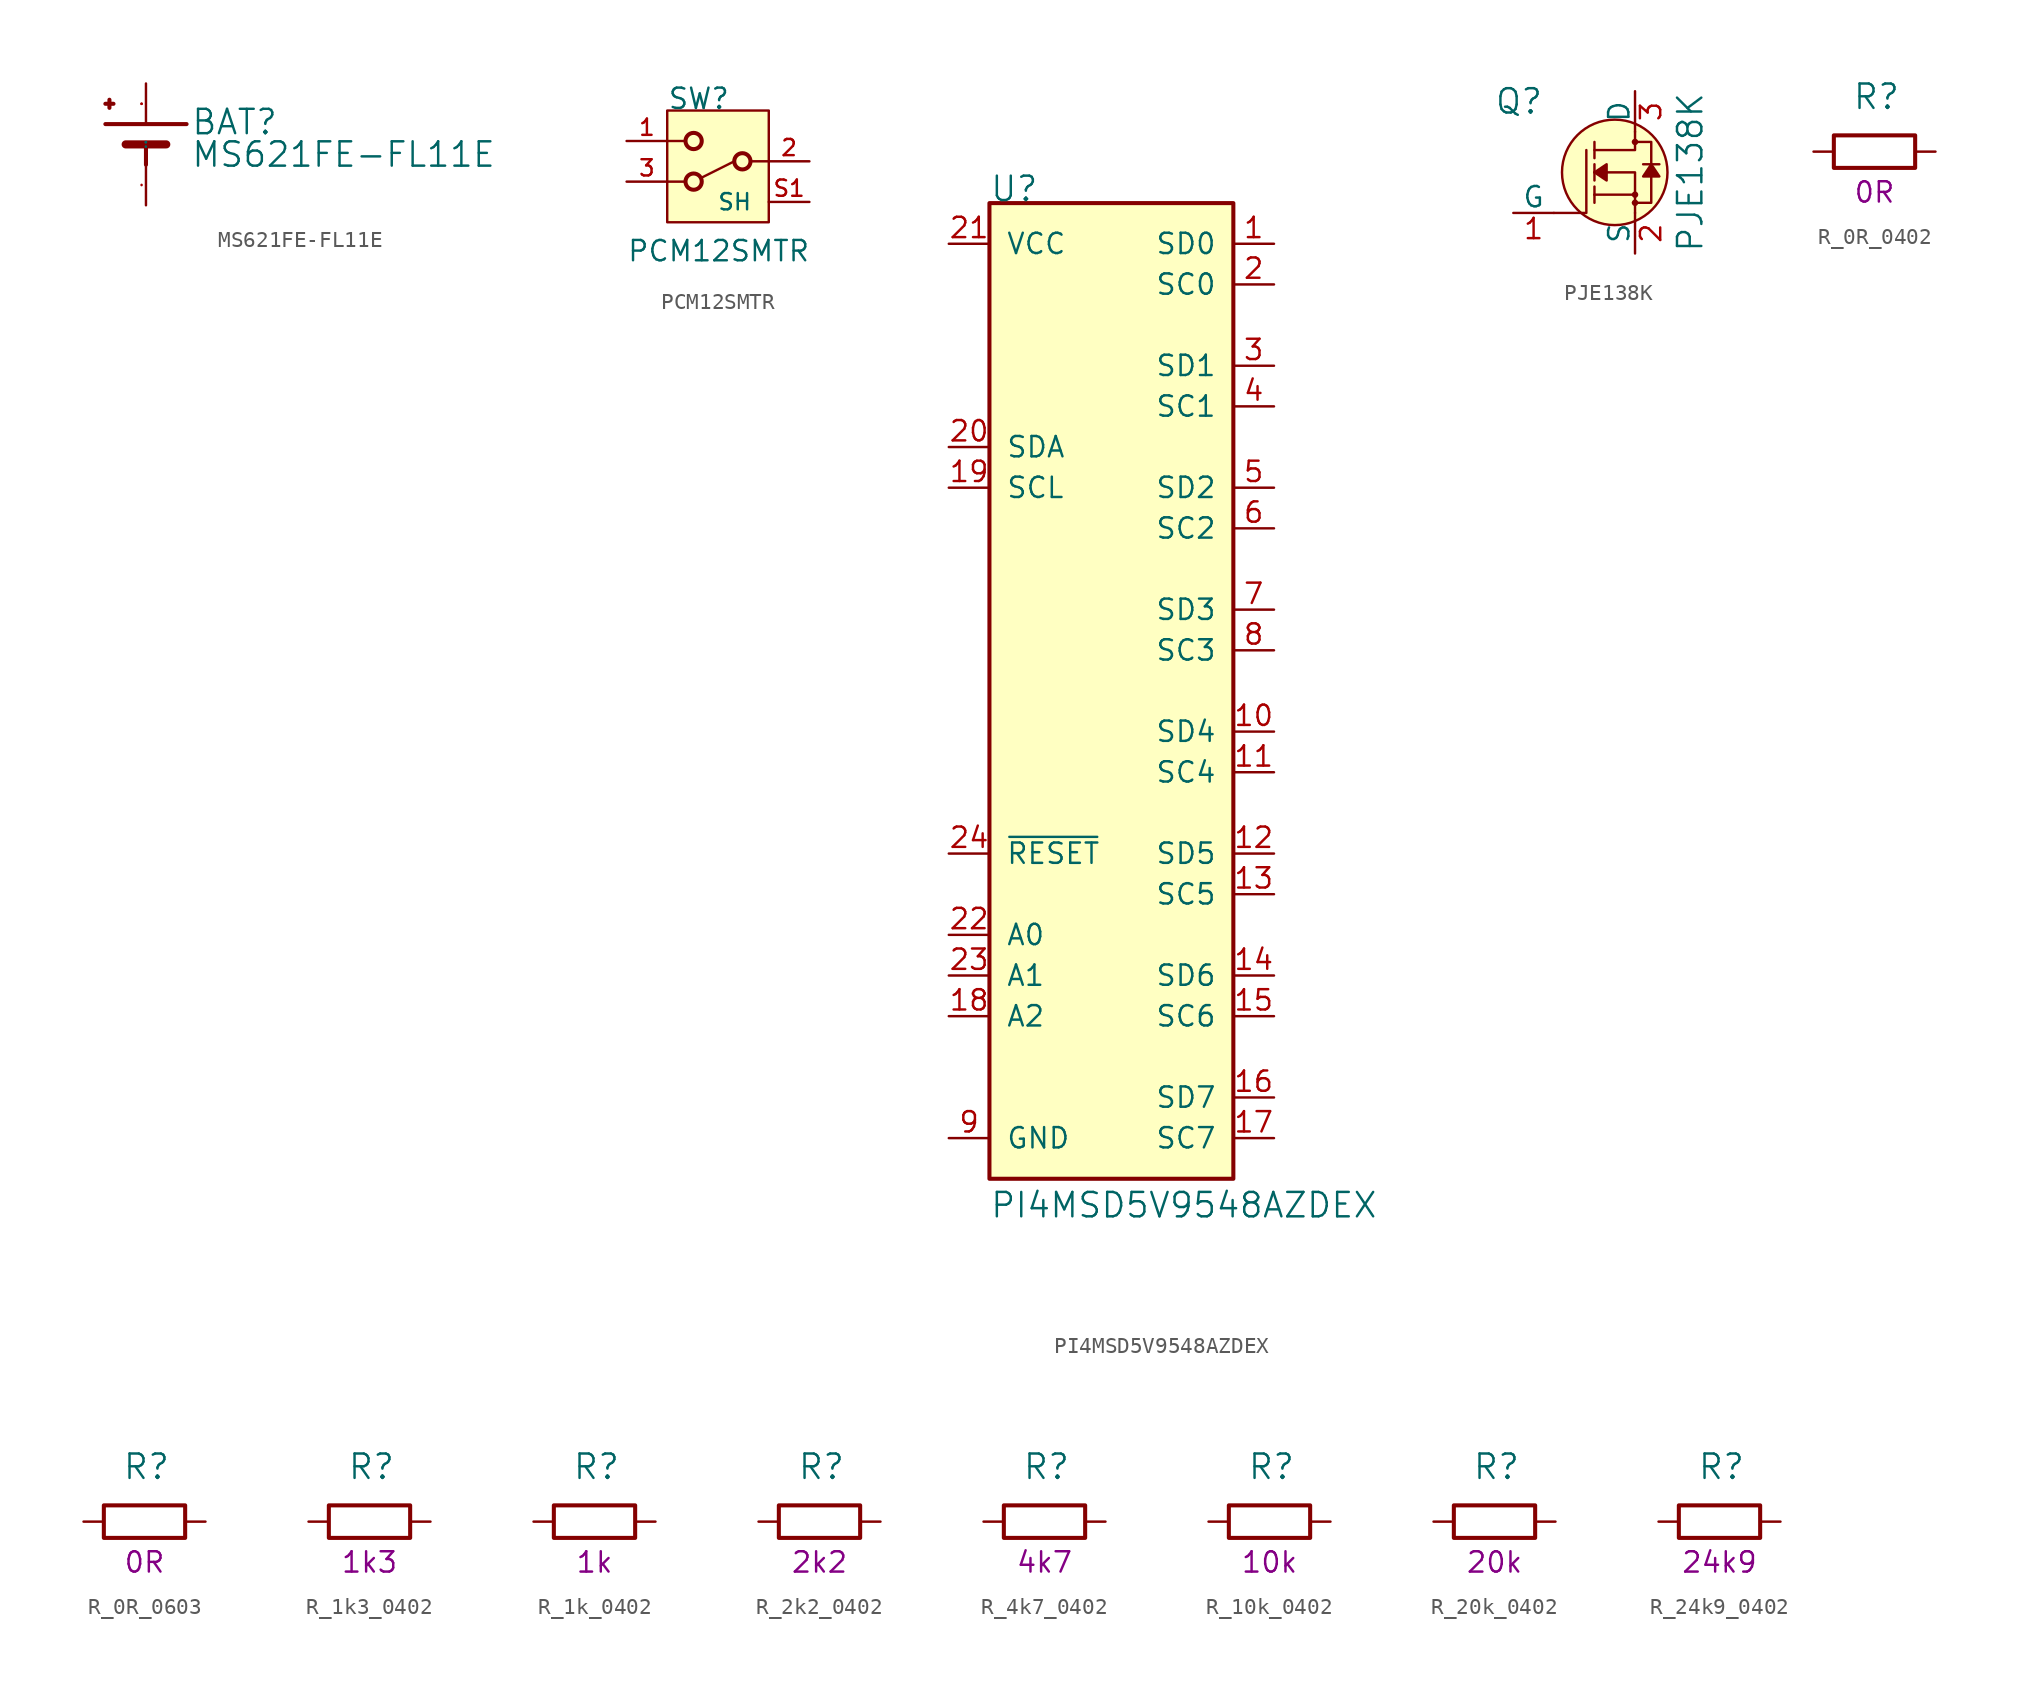
<source format=kicad_sym>
(kicad_symbol_lib
  (version 20220914)
  (generator kicad_symbol_editor)
  (symbol "MS621FE-FL11E"
    (pin_names
      (offset 1.016))
    (property "Reference" "BAT"
      (at 2.794 -0.762 0)
      (effects (font (size 1.524 1.524)) (justify left bottom)))
    (property "Value" "MS621FE-FL11E"
      (at 2.794 -2.794 0)
      (effects (font (size 1.524 1.524)) (justify left bottom)))
    (symbol "MS621FE-FL11E_0_1"
      (polyline (pts (xy -2.54 0) (xy 2.54 0)) (stroke (width 0.254) (type default)) (fill (type none)))
      (polyline (pts (xy -2.54 1.27) (xy -2.032 1.27)) (stroke (width 0.254) (type default)) (fill (type none)))
      (polyline (pts (xy -2.286 1.524) (xy -2.286 1.016)) (stroke (width 0.254) (type default)) (fill (type none)))
      (polyline (pts (xy -1.27 -1.27) (xy 1.27 -1.27)) (stroke (width 0.508) (type default)) (fill (type none)))
      (polyline (pts (xy 0 -2.54) (xy 0 -1.27)) (stroke (width 0.254) (type default)) (fill (type none)))
      (pin passive line (at 0 2.54 270) (length 2.54) (name "+" (effects (font (size 0.025 0.025)))) (number "+" (effects (font (size 0.025 0.025)))))
      (pin passive line (at 0 -5.08 90) (length 2.54) (name "-" (effects (font (size 0.025 0.025)))) (number "-" (effects (font (size 0.025 0.025)))))))
  (symbol "PCM12SMTR"
    (pin_names
      (offset 1.016))
    (property "Reference" "SW"
      (at -3.175 3.175 0)
      (effects (font (size 1.27 1.27)) (justify left bottom)))
    (property "Value" "PCM12SMTR"
      (at -5.715 -6.35 0)
      (effects (font (size 1.27 1.27)) (justify left bottom)))
    (symbol "PCM12SMTR_0_0"
      (circle (center -1.524 -1.27) (radius 0.508) (stroke (width 0.254) (type default)) (fill (type none)))
      (circle (center -1.524 1.27) (radius 0.508) (stroke (width 0.254) (type default)) (fill (type none)))
      (polyline (pts (xy -3.175 -1.27) (xy -2.032 -1.27)) (stroke (width 0.152) (type default)) (fill (type none)))
      (polyline (pts (xy -3.175 1.27) (xy -2.032 1.27)) (stroke (width 0.152) (type default)) (fill (type none)))
      (polyline (pts (xy 1.016 0) (xy -1.016 -1.016)) (stroke (width 0.152) (type default)) (fill (type none)))
      (polyline (pts (xy 2.032 0) (xy 3.175 0)) (stroke (width 0.152) (type default)) (fill (type none)))
      (circle (center 1.524 0) (radius 0.508) (stroke (width 0.254) (type default)) (fill (type none)))
      (pin passive line (at -5.715 1.27 0) (length 2.54) (name "~" (effects (font (size 1.016 1.016)))) (number "1" (effects (font (size 1.016 1.016)))))
      (pin passive line (at 5.715 0 180) (length 2.54) (name "~" (effects (font (size 1.016 1.016)))) (number "2" (effects (font (size 1.016 1.016)))))
      (pin passive line (at -5.715 -1.27 0) (length 2.54) (name "~" (effects (font (size 1.016 1.016)))) (number "3" (effects (font (size 1.016 1.016)))))
      (pin passive line (at 5.715 -2.54 180) (length 2.54) (name "SH" (effects (font (size 1.016 1.016)))) (number "S1" (effects (font (size 1.016 1.016)))))
      (pin passive line (at 5.715 -2.54 180) (length 2.54) hide (name "SH" (effects (font (size 1.016 1.016)))) (number "S2" (effects (font (size 1.016 1.016)))))
      (pin passive line (at 5.715 -2.54 180) (length 2.54) hide (name "SH" (effects (font (size 1.016 1.016)))) (number "S3" (effects (font (size 1.016 1.016)))))
      (pin passive line (at 5.715 -2.54 180) (length 2.54) hide (name "SH" (effects (font (size 1.016 1.016)))) (number "S4" (effects (font (size 1.016 1.016))))))
    (symbol "PCM12SMTR_0_1"
      (rectangle (start -3.175 3.175) (end 3.175 -3.81) (stroke (width 0.152) (type default)) (fill (type background)))))
  (symbol "PI4MSD5V9548AZDEX"
    (pin_names
      (offset 1.016))
    (property "Reference" "U"
      (at -10.16 30.48 0)
      (effects (font (size 1.524 1.524)) (justify left bottom)))
    (property "Value" "PI4MSD5V9548AZDEX"
      (at -10.16 -33.02 0)
      (effects (font (size 1.524 1.524)) (justify left bottom)))
    (symbol "PI4MSD5V9548AZDEX_0_1"
      (rectangle (start 5.08 -30.48) (end -10.16 30.48) (stroke (width 0.254) (type default)) (fill (type background)))
      (pin bidirectional line (at 7.62 27.94 180) (length 2.54) (name "SD0" (effects (font (size 1.27 1.27)))) (number "1" (effects (font (size 1.27 1.27)))))
      (pin bidirectional line (at 7.62 -2.54 180) (length 2.54) (name "SD4" (effects (font (size 1.27 1.27)))) (number "10" (effects (font (size 1.27 1.27)))))
      (pin bidirectional line (at 7.62 -5.08 180) (length 2.54) (name "SC4" (effects (font (size 1.27 1.27)))) (number "11" (effects (font (size 1.27 1.27)))))
      (pin bidirectional line (at 7.62 -10.16 180) (length 2.54) (name "SD5" (effects (font (size 1.27 1.27)))) (number "12" (effects (font (size 1.27 1.27)))))
      (pin bidirectional line (at 7.62 -12.7 180) (length 2.54) (name "SC5" (effects (font (size 1.27 1.27)))) (number "13" (effects (font (size 1.27 1.27)))))
      (pin bidirectional line (at 7.62 -17.78 180) (length 2.54) (name "SD6" (effects (font (size 1.27 1.27)))) (number "14" (effects (font (size 1.27 1.27)))))
      (pin bidirectional line (at 7.62 -20.32 180) (length 2.54) (name "SC6" (effects (font (size 1.27 1.27)))) (number "15" (effects (font (size 1.27 1.27)))))
      (pin bidirectional line (at 7.62 -25.4 180) (length 2.54) (name "SD7" (effects (font (size 1.27 1.27)))) (number "16" (effects (font (size 1.27 1.27)))))
      (pin bidirectional line (at 7.62 -27.94 180) (length 2.54) (name "SC7" (effects (font (size 1.27 1.27)))) (number "17" (effects (font (size 1.27 1.27)))))
      (pin input line (at -12.7 -20.32 0) (length 2.54) (name "A2" (effects (font (size 1.27 1.27)))) (number "18" (effects (font (size 1.27 1.27)))))
      (pin bidirectional line (at -12.7 12.7 0) (length 2.54) (name "SCL" (effects (font (size 1.27 1.27)))) (number "19" (effects (font (size 1.27 1.27)))))
      (pin bidirectional line (at 7.62 25.4 180) (length 2.54) (name "SC0" (effects (font (size 1.27 1.27)))) (number "2" (effects (font (size 1.27 1.27)))))
      (pin bidirectional line (at -12.7 15.24 0) (length 2.54) (name "SDA" (effects (font (size 1.27 1.27)))) (number "20" (effects (font (size 1.27 1.27)))))
      (pin power_in line (at -12.7 27.94 0) (length 2.54) (name "VCC" (effects (font (size 1.27 1.27)))) (number "21" (effects (font (size 1.27 1.27)))))
      (pin input line (at -12.7 -15.24 0) (length 2.54) (name "A0" (effects (font (size 1.27 1.27)))) (number "22" (effects (font (size 1.27 1.27)))))
      (pin input line (at -12.7 -17.78 0) (length 2.54) (name "A1" (effects (font (size 1.27 1.27)))) (number "23" (effects (font (size 1.27 1.27)))))
      (pin input line (at -12.7 -10.16 0) (length 2.54) (name "~{RESET}" (effects (font (size 1.27 1.27)))) (number "24" (effects (font (size 1.27 1.27)))))
      (pin bidirectional line (at 7.62 20.32 180) (length 2.54) (name "SD1" (effects (font (size 1.27 1.27)))) (number "3" (effects (font (size 1.27 1.27)))))
      (pin bidirectional line (at 7.62 17.78 180) (length 2.54) (name "SC1" (effects (font (size 1.27 1.27)))) (number "4" (effects (font (size 1.27 1.27)))))
      (pin bidirectional line (at 7.62 12.7 180) (length 2.54) (name "SD2" (effects (font (size 1.27 1.27)))) (number "5" (effects (font (size 1.27 1.27)))))
      (pin bidirectional line (at 7.62 10.16 180) (length 2.54) (name "SC2" (effects (font (size 1.27 1.27)))) (number "6" (effects (font (size 1.27 1.27)))))
      (pin bidirectional line (at 7.62 5.08 180) (length 2.54) (name "SD3" (effects (font (size 1.27 1.27)))) (number "7" (effects (font (size 1.27 1.27)))))
      (pin bidirectional line (at 7.62 2.54 180) (length 2.54) (name "SC3" (effects (font (size 1.27 1.27)))) (number "8" (effects (font (size 1.27 1.27)))))
      (pin power_in line (at -12.7 -27.94 0) (length 2.54) (name "GND" (effects (font (size 1.27 1.27)))) (number "9" (effects (font (size 1.27 1.27)))))))
  (symbol "PJE138K"
    (pin_names
      (offset 0))
    (property "Reference" "Q"
      (at -5.715 4.445 0)
      (effects (font (size 1.524 1.524)) (justify right)))
    (property "Value" "PJE138K"
      (at 3.454 0 90)
      (effects (font (size 1.524 1.524))))
    (symbol "PJE138K_0_1"
      (circle (center -1.27 0) (radius 3.302) (stroke (width 0) (type default)) (fill (type background)))
      (circle (center 0 -1.905) (radius 0.127) (stroke (width 0) (type default)) (fill (type none)))
      (circle (center 0 -1.397) (radius 0.127) (stroke (width 0) (type default)) (fill (type none)))
      (polyline (pts (xy 0 -1.397) (xy -2.54 -1.397)) (stroke (width 0) (type default)) (fill (type none)))
      (polyline (pts (xy -5.08 -2.54) (xy -3.048 -2.54) (xy -3.048 1.397)) (stroke (width 0) (type default)) (fill (type none)))
      (polyline (pts (xy 0 -2.54) (xy 0 0) (xy -2.54 0)) (stroke (width 0) (type default)) (fill (type none)))
      (polyline (pts (xy 0 2.54) (xy 0 1.397) (xy -2.54 1.397)) (stroke (width 0) (type default)) (fill (type none)))
      (polyline (pts (xy -0.127 -1.905) (xy 1.016 -1.905) (xy 1.016 1.397) (xy 1.016 1.905) (xy -0.127 1.905)) (stroke (width 0) (type default)) (fill (type none)))
      (circle (center 0 1.905) (radius 0.127) (stroke (width 0) (type default)) (fill (type none))))
    (symbol "PJE138K_1_1"
      (polyline (pts (xy -2.54 -1.397) (xy -2.54 -1.905)) (stroke (width 0) (type default)) (fill (type none)))
      (polyline (pts (xy -2.54 -1.397) (xy -2.54 -0.889)) (stroke (width 0) (type default)) (fill (type none)))
      (polyline (pts (xy -2.54 0) (xy -2.54 -0.508)) (stroke (width 0) (type default)) (fill (type none)))
      (polyline (pts (xy -2.54 0) (xy -2.54 0.508)) (stroke (width 0) (type default)) (fill (type none)))
      (polyline (pts (xy -2.54 1.905) (xy -2.54 0.889)) (stroke (width 0) (type default)) (fill (type none)))
      (polyline (pts (xy 1.524 0.508) (xy 0.508 0.508)) (stroke (width 0) (type default)) (fill (type none)))
      (polyline (pts (xy -2.54 0) (xy -1.778 0.508) (xy -1.778 -0.508) (xy -2.54 0)) (stroke (width 0) (type default)) (fill (type outline)))
      (polyline (pts (xy 1.016 0.508) (xy 0.508 -0.254) (xy 1.524 -0.254) (xy 1.016 0.508)) (stroke (width 0) (type default)) (fill (type outline)))
      (pin bidirectional line (at -7.62 -2.54 0) (length 2.54) (name "G" (effects (font (size 1.27 1.27)))) (number "1" (effects (font (size 1.27 1.27)))))
      (pin bidirectional line (at 0 -5.08 90) (length 2.54) (name "S" (effects (font (size 1.27 1.27)))) (number "2" (effects (font (size 1.27 1.27)))))
      (pin bidirectional line (at 0 5.08 270) (length 2.54) (name "D" (effects (font (size 1.27 1.27)))) (number "3" (effects (font (size 1.27 1.27)))))))
  (symbol "R_0R_0402"
    (pin_names
      (offset 0))
    (property "Reference" "R"
      (at -1.397 3.429 0)
      (effects (font (size 1.524 1.524)) (justify left)))
    (property "Val" "0R"
      (at 0 -2.54 0)
      (effects (font (size 1.27 1.27))))
    (symbol "R_0R_0402_1_1"
      (rectangle (start 2.54 -1.016) (end -2.54 1.016) (stroke (width 0.254) (type default)) (fill (type none)))
      (pin passive line (at -3.81 0 0) (length 1.27) (name "~" (effects (font (size 0 0)))) (number "1" (effects (font (size 0 0)))))
      (pin passive line (at 3.81 0 180) (length 1.27) (name "~" (effects (font (size 0 0)))) (number "2" (effects (font (size 0 0)))))))
  (symbol "R_0R_0603"
    (pin_names
      (offset 0))
    (property "Reference" "R"
      (at -1.397 3.429 0)
      (effects (font (size 1.524 1.524)) (justify left)))
    (property "Val" "0R"
      (at 0 -2.54 0)
      (effects (font (size 1.27 1.27))))
    (symbol "R_0R_0603_1_1"
      (rectangle (start 2.54 -1.016) (end -2.54 1.016) (stroke (width 0.254) (type default)) (fill (type none)))
      (pin passive line (at -3.81 0 0) (length 1.27) (name "~" (effects (font (size 0 0)))) (number "1" (effects (font (size 0 0)))))
      (pin passive line (at 3.81 0 180) (length 1.27) (name "~" (effects (font (size 0 0)))) (number "2" (effects (font (size 0 0)))))))
  (symbol "R_1k3_0402"
    (pin_names
      (offset 0))
    (property "Reference" "R"
      (at -1.397 3.429 0)
      (effects (font (size 1.524 1.524)) (justify left)))
    (property "Val" "1k3"
      (at 0 -2.54 0)
      (effects (font (size 1.27 1.27))))
    (symbol "R_1k3_0402_1_1"
      (rectangle (start 2.54 -1.016) (end -2.54 1.016) (stroke (width 0.254) (type default)) (fill (type none)))
      (pin passive line (at -3.81 0 0) (length 1.27) (name "~" (effects (font (size 0 0)))) (number "1" (effects (font (size 0 0)))))
      (pin passive line (at 3.81 0 180) (length 1.27) (name "~" (effects (font (size 0 0)))) (number "2" (effects (font (size 0 0)))))))
  (symbol "R_1k_0402"
    (pin_names
      (offset 0))
    (property "Reference" "R"
      (at -1.397 3.429 0)
      (effects (font (size 1.524 1.524)) (justify left)))
    (property "Val" "1k"
      (at 0 -2.54 0)
      (effects (font (size 1.27 1.27))))
    (symbol "R_1k_0402_1_1"
      (rectangle (start 2.54 -1.016) (end -2.54 1.016) (stroke (width 0.254) (type default)) (fill (type none)))
      (pin passive line (at -3.81 0 0) (length 1.27) (name "~" (effects (font (size 0 0)))) (number "1" (effects (font (size 0 0)))))
      (pin passive line (at 3.81 0 180) (length 1.27) (name "~" (effects (font (size 0 0)))) (number "2" (effects (font (size 0 0)))))))
  (symbol "R_2k2_0402"
    (pin_names
      (offset 0))
    (property "Reference" "R"
      (at -1.397 3.429 0)
      (effects (font (size 1.524 1.524)) (justify left)))
    (property "Val" "2k2"
      (at 0 -2.54 0)
      (effects (font (size 1.27 1.27))))
    (symbol "R_2k2_0402_1_1"
      (rectangle (start 2.54 -1.016) (end -2.54 1.016) (stroke (width 0.254) (type default)) (fill (type none)))
      (pin passive line (at -3.81 0 0) (length 1.27) (name "~" (effects (font (size 0 0)))) (number "1" (effects (font (size 0 0)))))
      (pin passive line (at 3.81 0 180) (length 1.27) (name "~" (effects (font (size 0 0)))) (number "2" (effects (font (size 0 0)))))))
  (symbol "R_4k7_0402"
    (pin_names
      (offset 0))
    (property "Reference" "R"
      (at -1.397 3.429 0)
      (effects (font (size 1.524 1.524)) (justify left)))
    (property "Val" "4k7"
      (at 0 -2.54 0)
      (effects (font (size 1.27 1.27))))
    (symbol "R_4k7_0402_1_1"
      (rectangle (start 2.54 -1.016) (end -2.54 1.016) (stroke (width 0.254) (type default)) (fill (type none)))
      (pin passive line (at -3.81 0 0) (length 1.27) (name "~" (effects (font (size 0 0)))) (number "1" (effects (font (size 0 0)))))
      (pin passive line (at 3.81 0 180) (length 1.27) (name "~" (effects (font (size 0 0)))) (number "2" (effects (font (size 0 0)))))))
  (symbol "R_10k_0402"
    (pin_names
      (offset 0))
    (property "Reference" "R"
      (at -1.397 3.429 0)
      (effects (font (size 1.524 1.524)) (justify left)))
    (property "Val" "10k"
      (at 0 -2.54 0)
      (effects (font (size 1.27 1.27))))
    (symbol "R_10k_0402_1_1"
      (rectangle (start 2.54 -1.016) (end -2.54 1.016) (stroke (width 0.254) (type default)) (fill (type none)))
      (pin passive line (at -3.81 0 0) (length 1.27) (name "~" (effects (font (size 0 0)))) (number "1" (effects (font (size 0 0)))))
      (pin passive line (at 3.81 0 180) (length 1.27) (name "~" (effects (font (size 0 0)))) (number "2" (effects (font (size 0 0)))))))
  (symbol "R_20k_0402"
    (pin_names
      (offset 0))
    (property "Reference" "R"
      (at -1.397 3.429 0)
      (effects (font (size 1.524 1.524)) (justify left)))
    (property "Val" "20k"
      (at 0 -2.54 0)
      (effects (font (size 1.27 1.27))))
    (symbol "R_20k_0402_1_1"
      (rectangle (start 2.54 -1.016) (end -2.54 1.016) (stroke (width 0.254) (type default)) (fill (type none)))
      (pin passive line (at -3.81 0 0) (length 1.27) (name "~" (effects (font (size 0 0)))) (number "1" (effects (font (size 0 0)))))
      (pin passive line (at 3.81 0 180) (length 1.27) (name "~" (effects (font (size 0 0)))) (number "2" (effects (font (size 0 0)))))))
  (symbol "R_24k9_0402"
    (pin_names
      (offset 0))
    (property "Reference" "R"
      (at -1.397 3.429 0)
      (effects (font (size 1.524 1.524)) (justify left)))
    (property "Val" "24k9"
      (at 0 -2.54 0)
      (effects (font (size 1.27 1.27))))
    (symbol "R_24k9_0402_1_1"
      (rectangle (start 2.54 -1.016) (end -2.54 1.016) (stroke (width 0.254) (type default)) (fill (type none)))
      (pin passive line (at -3.81 0 0) (length 1.27) (name "~" (effects (font (size 0 0)))) (number "1" (effects (font (size 0 0)))))
      (pin passive line (at 3.81 0 180) (length 1.27) (name "~" (effects (font (size 0 0)))) (number "2" (effects (font (size 0 0))))))))
</source>
